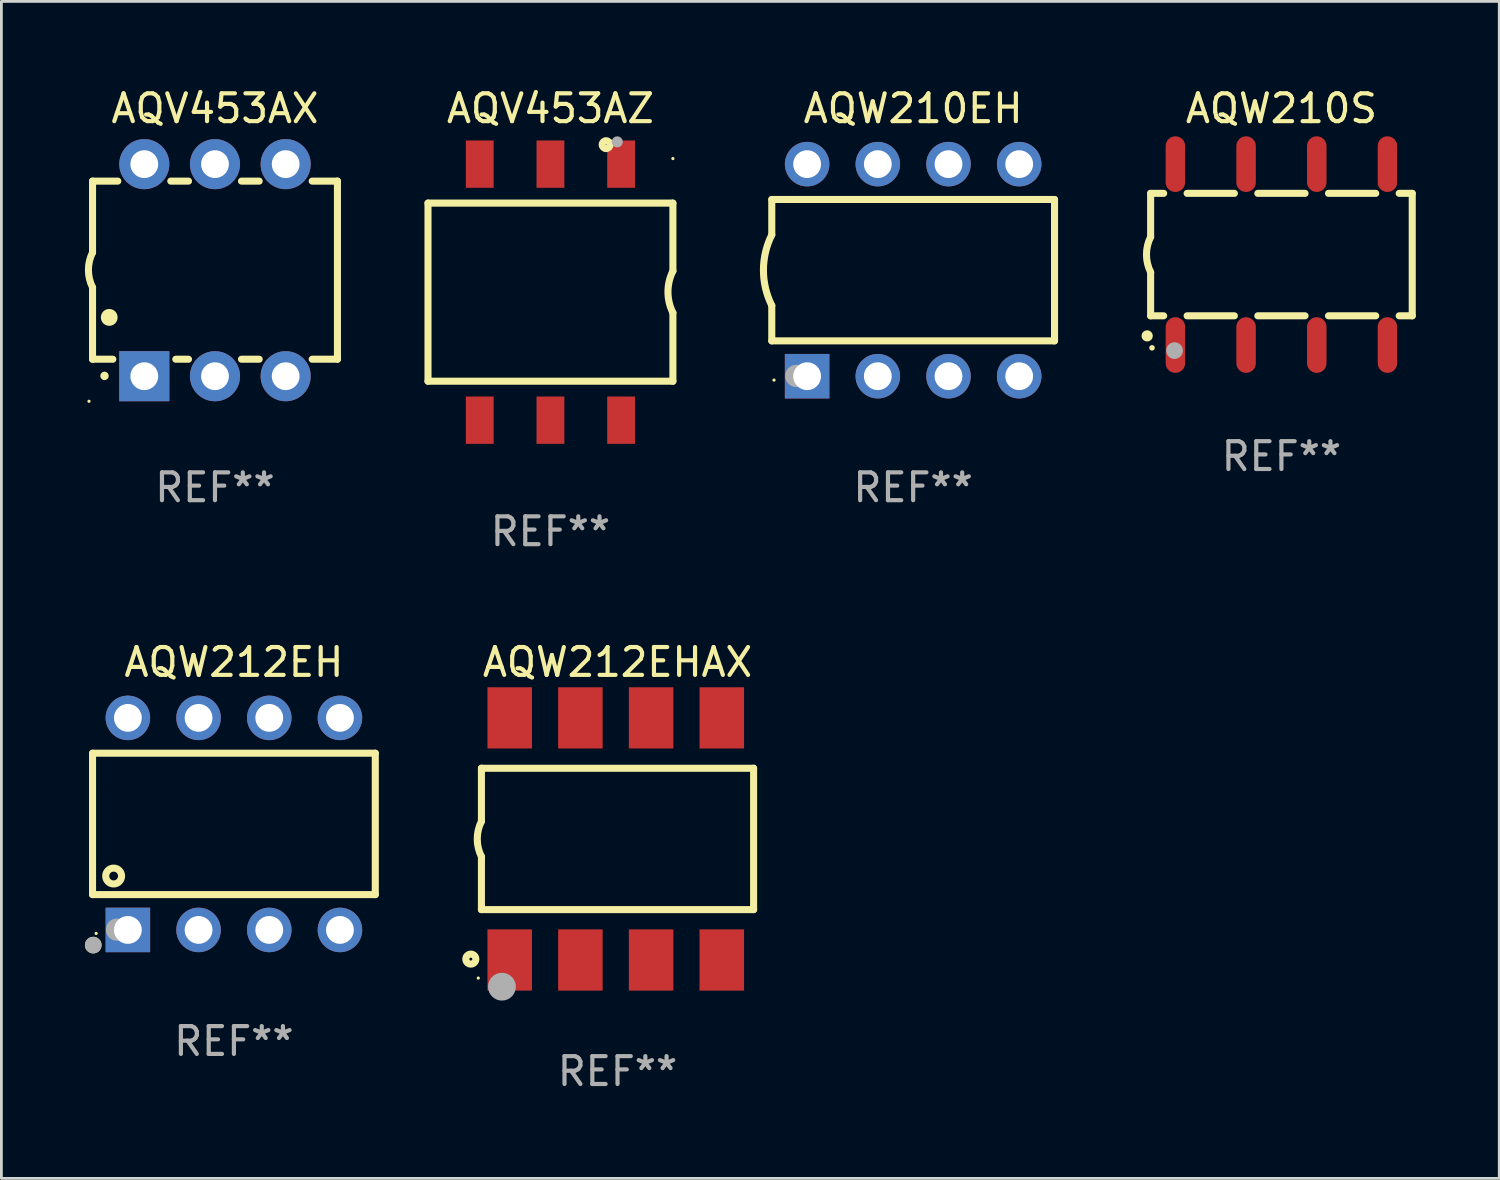
<source format=kicad_pcb>
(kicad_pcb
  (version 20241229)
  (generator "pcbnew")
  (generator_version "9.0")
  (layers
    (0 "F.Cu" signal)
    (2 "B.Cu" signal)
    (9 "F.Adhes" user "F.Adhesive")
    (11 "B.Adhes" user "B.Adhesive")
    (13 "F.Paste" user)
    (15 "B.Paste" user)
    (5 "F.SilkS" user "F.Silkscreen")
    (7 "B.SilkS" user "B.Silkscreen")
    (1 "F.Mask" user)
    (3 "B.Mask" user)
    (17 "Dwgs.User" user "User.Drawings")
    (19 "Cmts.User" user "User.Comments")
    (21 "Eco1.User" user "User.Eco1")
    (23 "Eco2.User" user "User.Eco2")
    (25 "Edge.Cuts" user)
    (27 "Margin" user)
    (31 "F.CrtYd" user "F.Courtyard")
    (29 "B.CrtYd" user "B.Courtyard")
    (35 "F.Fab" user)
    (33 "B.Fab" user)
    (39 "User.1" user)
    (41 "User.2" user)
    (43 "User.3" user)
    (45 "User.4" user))
  (footprint "AQV453AX"
    (layer "F.Cu")
    (at 4.675 6.658)
    (property "Reference" "AQV453AX" (at 0 -5.81 0) (layer "F.SilkS") (effects (font (size 1 1) (thickness 0.15))))
    (attr through_hole)
    (fp_line (start -4.4 -3.2) (end -4.4 -0.635) (stroke (width 0.254) (type solid)) (layer "F.SilkS"))
    (fp_line (start -4.4 -3.2) (end -3.492 -3.2) (stroke (width 0.254) (type solid)) (layer "F.SilkS"))
    (fp_line (start -4.4 3.2) (end -4.4 0.619) (stroke (width 0.254) (type solid)) (layer "F.SilkS"))
    (fp_line (start -3.671 3.2) (end -4.4 3.2) (stroke (width 0.254) (type solid)) (layer "F.SilkS"))
    (fp_line (start -1.588 -3.2) (end -0.952 -3.2) (stroke (width 0.254) (type solid)) (layer "F.SilkS"))
    (fp_line (start -0.952 3.2) (end -1.409 3.2) (stroke (width 0.254) (type solid)) (layer "F.SilkS"))
    (fp_line (start 0.952 -3.2) (end 1.588 -3.2) (stroke (width 0.254) (type solid)) (layer "F.SilkS"))
    (fp_line (start 1.588 3.2) (end 0.952 3.2) (stroke (width 0.254) (type solid)) (layer "F.SilkS"))
    (fp_line (start 3.492 -3.2) (end 4.4 -3.2) (stroke (width 0.254) (type solid)) (layer "F.SilkS"))
    (fp_line (start 4.4 -3.2) (end 4.4 3.2) (stroke (width 0.254) (type solid)) (layer "F.SilkS"))
    (fp_line (start 4.4 3.2) (end 3.492 3.2) (stroke (width 0.254) (type solid)) (layer "F.SilkS"))
    (fp_arc (start -4.399288 0.619762) (mid -4.547636 -0.007536) (end -4.4 -0.635001) (stroke (width 0.254001) (type solid)) (layer "F.SilkS"))
    (fp_arc (start -3.970028 3.799848) (mid -3.970033 3.798578) (end -3.970028 3.797308) (stroke (width 0.3) (type solid)) (layer "F.SilkS"))
    (fp_arc (start -3.799848 1.699263) (mid -3.799859 1.696723) (end -3.799848 1.694183) (stroke (width 0.6) (type solid)) (layer "F.SilkS"))
    (fp_circle (center -4.527 4.71) (end -4.497 4.71) (stroke (width 0.06) (type solid)) (fill no) (layer "F.SilkS"))
    (fp_text user "REF**" (at 0 7.81 0) (layer "F.Fab") (effects (font (size 1 1) (thickness 0.15))))
    (pad "1" thru_hole rect (at -2.54 3.81 180) (size 1.8 1.8) (drill 1) (layers "*.Cu" "*.Mask"))
    (pad "2" thru_hole circle (at 0 3.81) (size 1.8 1.8) (drill 1) (layers "*.Cu" "*.Mask"))
    (pad "3" thru_hole circle (at 2.54 3.81) (size 1.8 1.8) (drill 1) (layers "*.Cu" "*.Mask"))
    (pad "4" thru_hole circle (at 2.54 -3.81) (size 1.8 1.8) (drill 1) (layers "*.Cu" "*.Mask"))
    (pad "5" thru_hole circle (at 0 -3.81) (size 1.8 1.8) (drill 1) (layers "*.Cu" "*.Mask"))
    (pad "6" thru_hole circle (at -2.54 -3.81) (size 1.8 1.8) (drill 1) (layers "*.Cu" "*.Mask")))
  (footprint "AQW210S"
    (layer "F.Cu")
    (at 42.995 6.098)
    (property "Reference" "AQW210S" (at 0 -5.25 0) (layer "F.SilkS") (effects (font (size 1 1) (thickness 0.15))))
    (attr through_hole)
    (fp_line (start -4.7 -2.2) (end -4.7 -0.635) (stroke (width 0.254) (type solid)) (layer "F.SilkS"))
    (fp_line (start -4.7 -2.2) (end -4.231 -2.2) (stroke (width 0.254) (type solid)) (layer "F.SilkS"))
    (fp_line (start -4.7 2.2) (end -4.7 0.635) (stroke (width 0.254) (type solid)) (layer "F.SilkS"))
    (fp_line (start -4.7 2.2) (end -4.231 2.2) (stroke (width 0.254) (type solid)) (layer "F.SilkS"))
    (fp_line (start -3.389 -2.2) (end -1.691 -2.2) (stroke (width 0.254) (type solid)) (layer "F.SilkS"))
    (fp_line (start -3.389 2.2) (end -1.691 2.2) (stroke (width 0.254) (type solid)) (layer "F.SilkS"))
    (fp_line (start -0.849 -2.2) (end 0.849 -2.2) (stroke (width 0.254) (type solid)) (layer "F.SilkS"))
    (fp_line (start -0.849 2.2) (end 0.849 2.2) (stroke (width 0.254) (type solid)) (layer "F.SilkS"))
    (fp_line (start 1.691 -2.2) (end 3.389 -2.2) (stroke (width 0.254) (type solid)) (layer "F.SilkS"))
    (fp_line (start 1.691 2.2) (end 3.389 2.2) (stroke (width 0.254) (type solid)) (layer "F.SilkS"))
    (fp_line (start 4.231 -2.2) (end 4.7 -2.2) (stroke (width 0.254) (type solid)) (layer "F.SilkS"))
    (fp_line (start 4.231 2.2) (end 4.7 2.2) (stroke (width 0.254) (type solid)) (layer "F.SilkS"))
    (fp_line (start 4.7 -2.2) (end 4.7 2.2) (stroke (width 0.254) (type solid)) (layer "F.SilkS"))
    (fp_arc (start -4.82601 2.921006) (mid -4.82474 2.921002) (end -4.82347 2.921006) (stroke (width 0.4) (type solid)) (layer "F.SilkS"))
    (fp_arc (start -4.699009 0.635001) (mid -4.849248 0.000117) (end -4.7 -0.635001) (stroke (width 0.254001) (type solid)) (layer "F.SilkS"))
    (fp_circle (center -4.65 3.35) (end -4.6 3.35) (stroke (width 0.1) (type solid)) (fill no) (layer "F.SilkS"))
    (fp_circle (center -3.84 3.45) (end -3.69 3.45) (stroke (width 0.3) (type solid)) (fill no) (layer "F.Fab"))
    (fp_text user "REF**" (at 0 7.25 0) (layer "F.Fab") (effects (font (size 1 1) (thickness 0.15))))
    (pad "1" smd oval (at -3.81 3.25 180) (size 0.7 2) (layers "F.Cu" "F.Mask" "F.Paste"))
    (pad "2" smd oval (at -1.27 3.25 180) (size 0.7 2) (layers "F.Cu" "F.Mask" "F.Paste"))
    (pad "3" smd oval (at 1.27 3.25 180) (size 0.7 2) (layers "F.Cu" "F.Mask" "F.Paste"))
    (pad "4" smd oval (at 3.81 3.25 180) (size 0.7 2) (layers "F.Cu" "F.Mask" "F.Paste"))
    (pad "5" smd oval (at 3.81 -3.25 180) (size 0.7 2) (layers "F.Cu" "F.Mask" "F.Paste"))
    (pad "6" smd oval (at 1.27 -3.25 180) (size 0.7 2) (layers "F.Cu" "F.Mask" "F.Paste"))
    (pad "7" smd oval (at -1.27 -3.25 180) (size 0.7 2) (layers "F.Cu" "F.Mask" "F.Paste"))
    (pad "8" smd oval (at -3.81 -3.25 180) (size 0.7 2) (layers "F.Cu" "F.Mask" "F.Paste")))
  (footprint "AQW212EH"
    (layer "F.Cu")
    (at 5.355 26.555)
    (property "Reference" "AQW212EH" (at 0 -5.81 0) (layer "F.SilkS") (effects (font (size 1 1) (thickness 0.15))))
    (attr through_hole)
    (fp_line (start -5.08 -1.27) (end -5.08 -2.54) (stroke (width 0.254) (type solid)) (layer "F.SilkS"))
    (fp_line (start -5.08 -1.27) (end -5.08 1.27) (stroke (width 0.254) (type solid)) (layer "F.SilkS"))
    (fp_line (start -5.08 2.54) (end -5.08 1.27) (stroke (width 0.254) (type solid)) (layer "F.SilkS"))
    (fp_line (start 5.08 -2.54) (end -5.08 -2.54) (stroke (width 0.254) (type solid)) (layer "F.SilkS"))
    (fp_line (start 5.08 2.54) (end -5.08 2.54) (stroke (width 0.254) (type solid)) (layer "F.SilkS"))
    (fp_line (start 5.08 2.54) (end 5.08 -2.54) (stroke (width 0.254) (type solid)) (layer "F.SilkS"))
    (fp_circle (center -5.055 4.355) (end -4.885 4.355) (stroke (width 0.254) (type solid)) (fill no) (layer "F.SilkS"))
    (fp_circle (center -4.95 3.935) (end -4.92 3.935) (stroke (width 0.06) (type solid)) (fill no) (layer "F.SilkS"))
    (fp_circle (center -4.322 1.873) (end -4.037 1.873) (stroke (width 0.254) (type solid)) (fill no) (layer "F.SilkS"))
    (fp_circle (center -5.055 4.355) (end -4.905 4.355) (stroke (width 0.3) (type solid)) (fill no) (layer "F.Fab"))
    (fp_circle (center -4.2 3.8) (end -4 3.8) (stroke (width 0.4) (type solid)) (fill no) (layer "F.Fab"))
    (fp_text user "REF**" (at 0 7.81 0) (layer "F.Fab") (effects (font (size 1 1) (thickness 0.15))))
    (pad "1" thru_hole rect (at -3.81 3.81) (size 1.6 1.6) (drill 1) (layers "*.Cu" "*.Mask"))
    (pad "2" thru_hole circle (at -1.27 3.81) (size 1.6 1.6) (drill 1) (layers "*.Cu" "*.Mask"))
    (pad "3" thru_hole circle (at 1.27 3.81) (size 1.6 1.6) (drill 1) (layers "*.Cu" "*.Mask"))
    (pad "4" thru_hole circle (at 3.81 3.81) (size 1.6 1.6) (drill 1) (layers "*.Cu" "*.Mask"))
    (pad "5" thru_hole circle (at 3.81 -3.81) (size 1.6 1.6) (drill 1) (layers "*.Cu" "*.Mask"))
    (pad "6" thru_hole circle (at 1.27 -3.81) (size 1.6 1.6) (drill 1) (layers "*.Cu" "*.Mask"))
    (pad "7" thru_hole circle (at -1.27 -3.81) (size 1.6 1.6) (drill 1) (layers "*.Cu" "*.Mask"))
    (pad "8" thru_hole circle (at -3.81 -3.81) (size 1.6 1.6) (drill 1) (layers "*.Cu" "*.Mask")))
  (footprint "AQW212EHAX"
    (layer "F.Cu")
    (at 19.139 27.095)
    (property "Reference" "AQW212EHAX" (at 0 -6.35 0) (layer "F.SilkS") (effects (font (size 1 1) (thickness 0.15))))
    (attr through_hole)
    (fp_line (start -4.89 -2.54) (end 4.89 -2.54) (stroke (width 0.254) (type solid)) (layer "F.SilkS"))
    (fp_line (start -4.89 -0.635) (end -4.89 -2.54) (stroke (width 0.254) (type solid)) (layer "F.SilkS"))
    (fp_line (start -4.89 2.54) (end -4.89 0.635) (stroke (width 0.254) (type solid)) (layer "F.SilkS"))
    (fp_line (start 4.89 -2.54) (end 4.89 2.54) (stroke (width 0.254) (type solid)) (layer "F.SilkS"))
    (fp_line (start 4.89 2.54) (end -4.89 2.54) (stroke (width 0.254) (type solid)) (layer "F.SilkS"))
    (fp_arc (start -4.890119 0.635129) (mid -5.039815 0.000056) (end -4.88951 -0.634874) (stroke (width 0.254001) (type solid)) (layer "F.SilkS"))
    (fp_circle (center -5.271 4.318) (end -5.091 4.318) (stroke (width 0.254) (type solid)) (fill no) (layer "F.SilkS"))
    (fp_circle (center -5.004 5) (end -4.974 5) (stroke (width 0.06) (type solid)) (fill no) (layer "F.SilkS"))
    (fp_circle (center -4.153 5.309) (end -3.903 5.309) (stroke (width 0.5) (type solid)) (fill no) (layer "F.Fab"))
    (fp_text user "REF**" (at 0 8.35 0) (layer "F.Fab") (effects (font (size 1 1) (thickness 0.15))))
    (pad "1" smd rect (at -3.874 4.35) (size 1.6 2.2) (layers "F.Cu" "F.Mask" "F.Paste"))
    (pad "2" smd rect (at -1.334 4.35) (size 1.6 2.2) (layers "F.Cu" "F.Mask" "F.Paste"))
    (pad "3" smd rect (at 1.207 4.35) (size 1.6 2.2) (layers "F.Cu" "F.Mask" "F.Paste"))
    (pad "4" smd rect (at 3.747 4.35) (size 1.6 2.2) (layers "F.Cu" "F.Mask" "F.Paste"))
    (pad "5" smd rect (at 3.747 -4.35) (size 1.6 2.2) (layers "F.Cu" "F.Mask" "F.Paste"))
    (pad "6" smd rect (at 1.207 -4.35) (size 1.6 2.2) (layers "F.Cu" "F.Mask" "F.Paste"))
    (pad "7" smd rect (at -1.334 -4.35) (size 1.6 2.2) (layers "F.Cu" "F.Mask" "F.Paste"))
    (pad "8" smd rect (at -3.874 -4.35) (size 1.6 2.2) (layers "F.Cu" "F.Mask" "F.Paste")))
  (footprint "AQW210EH"
    (layer "F.Cu")
    (at 29.762 6.658)
    (property "Reference" "AQW210EH" (at 0 -5.81 0) (layer "F.SilkS") (effects (font (size 1 1) (thickness 0.15))))
    (attr through_hole)
    (fp_line (start -5.08 -1.27) (end -5.08 -2.54) (stroke (width 0.254) (type solid)) (layer "F.SilkS"))
    (fp_line (start -5.08 2.54) (end -5.08 1.27) (stroke (width 0.254) (type solid)) (layer "F.SilkS"))
    (fp_line (start 5.08 -2.54) (end -5.08 -2.54) (stroke (width 0.254) (type solid)) (layer "F.SilkS"))
    (fp_line (start 5.08 2.54) (end -5.08 2.54) (stroke (width 0.254) (type solid)) (layer "F.SilkS"))
    (fp_line (start 5.08 2.54) (end 5.08 -2.54) (stroke (width 0.254) (type solid)) (layer "F.SilkS"))
    (fp_arc (start -5.080011 1.270002) (mid -5.379818 -0.000001) (end -5.08001 -1.270003) (stroke (width 0.254001) (type solid)) (layer "F.SilkS"))
    (fp_circle (center -5 3.95) (end -4.97 3.95) (stroke (width 0.06) (type solid)) (fill no) (layer "F.SilkS"))
    (fp_circle (center -4.2 3.8) (end -4 3.8) (stroke (width 0.4) (type solid)) (fill no) (layer "F.Fab"))
    (fp_text user "REF**" (at 0 7.81 0) (layer "F.Fab") (effects (font (size 1 1) (thickness 0.15))))
    (pad "1" thru_hole rect (at -3.81 3.81) (size 1.6 1.6) (drill 1) (layers "*.Cu" "*.Mask"))
    (pad "2" thru_hole circle (at -1.27 3.81) (size 1.6 1.6) (drill 1) (layers "*.Cu" "*.Mask"))
    (pad "3" thru_hole circle (at 1.27 3.81) (size 1.6 1.6) (drill 1) (layers "*.Cu" "*.Mask"))
    (pad "4" thru_hole circle (at 3.81 3.81) (size 1.6 1.6) (drill 1) (layers "*.Cu" "*.Mask"))
    (pad "5" thru_hole circle (at 3.81 -3.81) (size 1.6 1.6) (drill 1) (layers "*.Cu" "*.Mask"))
    (pad "6" thru_hole circle (at 1.27 -3.81) (size 1.6 1.6) (drill 1) (layers "*.Cu" "*.Mask"))
    (pad "7" thru_hole circle (at -1.27 -3.81) (size 1.6 1.6) (drill 1) (layers "*.Cu" "*.Mask"))
    (pad "8" thru_hole circle (at -3.81 -3.81) (size 1.6 1.6) (drill 1) (layers "*.Cu" "*.Mask")))
  (footprint "AQV453AZ"
    (layer "F.Cu")
    (at 16.729 7.448)
    (property "Reference" "AQV453AZ" (at 0 -6.6 0) (layer "F.SilkS") (effects (font (size 1 1) (thickness 0.15))))
    (attr through_hole)
    (fp_line (start -4.4 -3.2) (end 4.4 -3.2) (stroke (width 0.254) (type solid)) (layer "F.SilkS"))
    (fp_line (start -4.4 3.2) (end -4.4 -3.2) (stroke (width 0.254) (type solid)) (layer "F.SilkS"))
    (fp_line (start 4.4 -3.2) (end 4.4 -0.76) (stroke (width 0.254) (type solid)) (layer "F.SilkS"))
    (fp_line (start 4.4 0.74) (end 4.4 3.2) (stroke (width 0.254) (type solid)) (layer "F.SilkS"))
    (fp_line (start 4.4 3.2) (end -4.4 3.2) (stroke (width 0.254) (type solid)) (layer "F.SilkS"))
    (fp_arc (start 4.399289 0.739167) (mid 4.22258 -0.010498) (end 4.4 -0.759995) (stroke (width 0.254001) (type solid)) (layer "F.SilkS"))
    (fp_circle (center 2 -5.3) (end 2.141 -5.3) (stroke (width 0.254) (type solid)) (fill no) (layer "F.SilkS"))
    (fp_circle (center 4.4 -4.8) (end 4.43 -4.8) (stroke (width 0.06) (type solid)) (fill no) (layer "F.SilkS"))
    (fp_circle (center 2.4 -5.4) (end 2.5 -5.4) (stroke (width 0.2) (type solid)) (fill no) (layer "F.Fab"))
    (fp_text user "REF**" (at 0 8.6 0) (layer "F.Fab") (effects (font (size 1 1) (thickness 0.15))))
    (pad "1" smd rect (at 2.54 -4.6 180) (size 1 1.7) (layers "F.Cu" "F.Mask" "F.Paste"))
    (pad "2" smd rect (at -0.000025 -4.6 180) (size 1 1.7) (layers "F.Cu" "F.Mask" "F.Paste"))
    (pad "3" smd rect (at -2.54 -4.6 180) (size 1 1.7) (layers "F.Cu" "F.Mask" "F.Paste"))
    (pad "4" smd rect (at -2.54 4.6 180) (size 1 1.7) (layers "F.Cu" "F.Mask" "F.Paste"))
    (pad "5" smd rect (at -0.000025 4.6 180) (size 1 1.7) (layers "F.Cu" "F.Mask" "F.Paste"))
    (pad "6" smd rect (at 2.54 4.6 180) (size 1 1.7) (layers "F.Cu" "F.Mask" "F.Paste")))
  (gr_rect
    (start -3 -3)
    (end 50.822 39.293)
    (stroke (width 0.1) (type default))
    (fill no)
    (layer "Edge.Cuts")))
</source>
